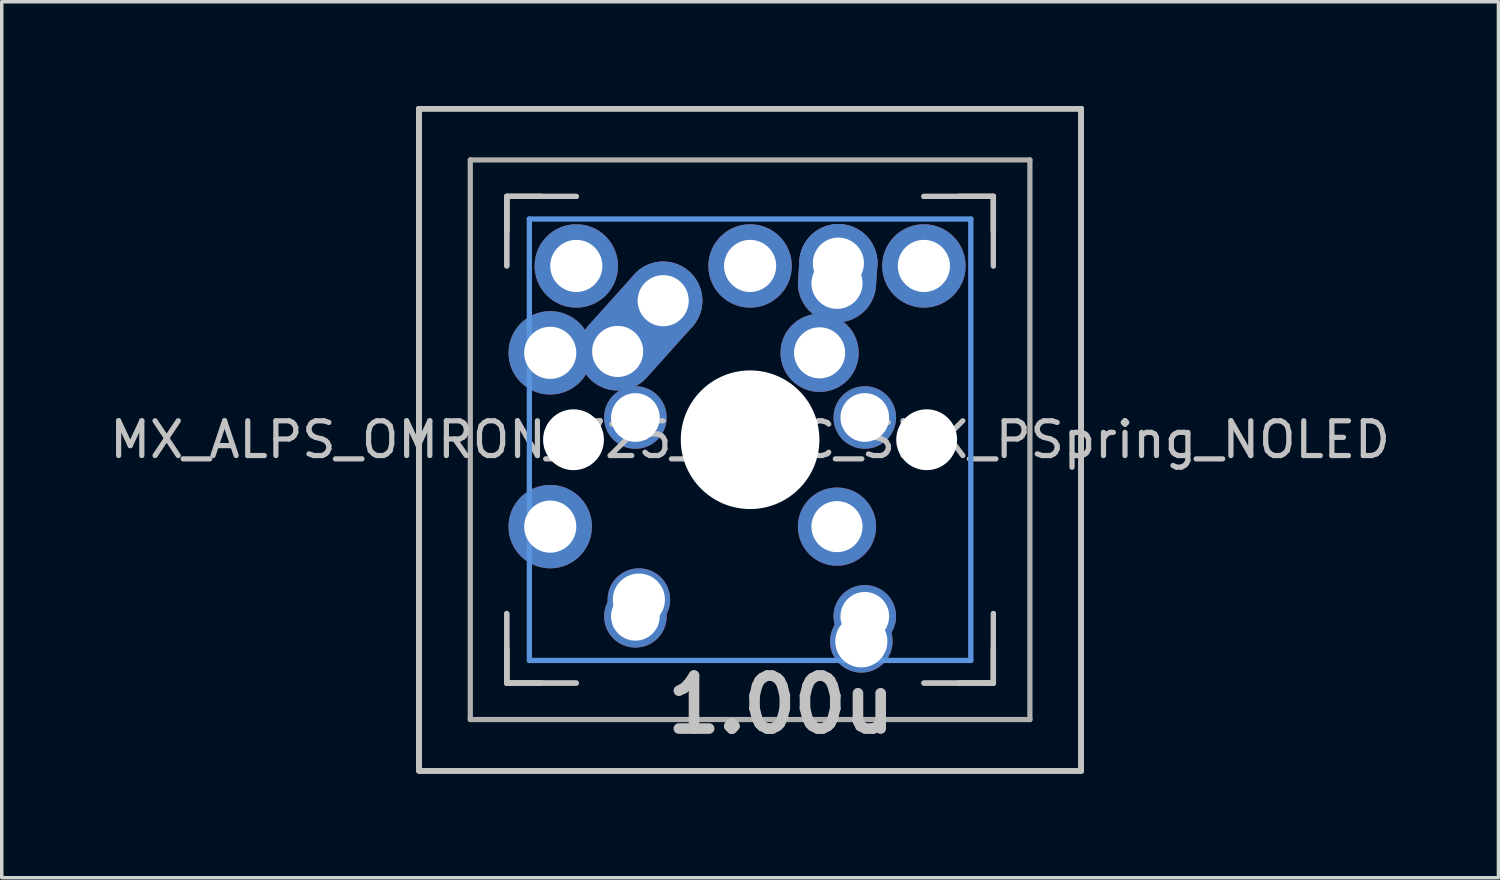
<source format=kicad_pcb>
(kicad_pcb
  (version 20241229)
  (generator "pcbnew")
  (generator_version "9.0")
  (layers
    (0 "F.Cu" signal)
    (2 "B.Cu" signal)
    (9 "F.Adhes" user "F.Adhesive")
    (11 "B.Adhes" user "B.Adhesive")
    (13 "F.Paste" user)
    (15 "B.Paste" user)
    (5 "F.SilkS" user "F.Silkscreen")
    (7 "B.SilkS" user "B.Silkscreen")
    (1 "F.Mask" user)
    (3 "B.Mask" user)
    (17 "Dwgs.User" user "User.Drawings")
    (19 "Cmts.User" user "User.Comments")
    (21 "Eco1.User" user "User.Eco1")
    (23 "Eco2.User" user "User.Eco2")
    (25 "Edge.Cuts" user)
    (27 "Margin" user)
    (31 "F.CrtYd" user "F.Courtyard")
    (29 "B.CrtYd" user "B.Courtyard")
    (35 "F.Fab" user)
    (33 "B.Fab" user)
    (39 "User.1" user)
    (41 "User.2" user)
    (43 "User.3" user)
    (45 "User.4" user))
  (footprint "MX_ALPS_OMRON_725_SKCC_SMK_PSpring_NOLED"
    (layer "F.Cu")
    (at 18.53 9.601)
    (property "Reference" "MX_ALPS_OMRON_725_SKCC_SMK_PSpring_NOLED" (at 0 0 0) (layer "Dwgs.User") (effects (font (size 1 1) (thickness 0.15))))
    (fp_line (start -9.525 -9.525) (end -9.525 9.525) (stroke (width 0.15) (type solid)) (layer "F.SilkS"))
    (fp_line (start -9.525 9.525) (end 9.525 9.525) (stroke (width 0.15) (type solid)) (layer "F.SilkS"))
    (fp_line (start -7 -7) (end -7 -6) (stroke (width 0.15) (type solid)) (layer "F.SilkS"))
    (fp_line (start -7 6) (end -7 7) (stroke (width 0.15) (type solid)) (layer "F.SilkS"))
    (fp_line (start -7 7) (end -6 7) (stroke (width 0.15) (type solid)) (layer "F.SilkS"))
    (fp_line (start -6 -7) (end -7 -7) (stroke (width 0.15) (type solid)) (layer "F.SilkS"))
    (fp_line (start 0 1) (end 0 -1) (stroke (width 0.15) (type solid)) (layer "F.SilkS"))
    (fp_line (start 1 0) (end -1 0) (stroke (width 0.15) (type solid)) (layer "F.SilkS"))
    (fp_line (start 6 7) (end 7 7) (stroke (width 0.15) (type solid)) (layer "F.SilkS"))
    (fp_line (start 7 -7) (end 6 -7) (stroke (width 0.15) (type solid)) (layer "F.SilkS"))
    (fp_line (start 7 -6) (end 7 -7) (stroke (width 0.15) (type solid)) (layer "F.SilkS"))
    (fp_line (start 7 7) (end 7 6) (stroke (width 0.15) (type solid)) (layer "F.SilkS"))
    (fp_line (start 9.525 -9.525) (end -9.525 -9.525) (stroke (width 0.15) (type solid)) (layer "F.SilkS"))
    (fp_line (start 9.525 9.525) (end 9.525 -9.525) (stroke (width 0.15) (type solid)) (layer "F.SilkS"))
    (fp_line (start -7 -7) (end -7 -6) (stroke (width 0.15) (type solid)) (layer "B.SilkS"))
    (fp_line (start -7 6) (end -7 7) (stroke (width 0.15) (type solid)) (layer "B.SilkS"))
    (fp_line (start -7 7) (end -6 7) (stroke (width 0.15) (type solid)) (layer "B.SilkS"))
    (fp_line (start -6 -7) (end -7 -7) (stroke (width 0.15) (type solid)) (layer "B.SilkS"))
    (fp_line (start 0 -1) (end 0 1) (stroke (width 0.15) (type solid)) (layer "B.SilkS"))
    (fp_line (start 1 0) (end -1 0) (stroke (width 0.15) (type solid)) (layer "B.SilkS"))
    (fp_line (start 6 7) (end 7 7) (stroke (width 0.15) (type solid)) (layer "B.SilkS"))
    (fp_line (start 7 -7) (end 6 -7) (stroke (width 0.15) (type solid)) (layer "B.SilkS"))
    (fp_line (start 7 -6) (end 7 -7) (stroke (width 0.15) (type solid)) (layer "B.SilkS"))
    (fp_line (start 7 7) (end 7 6) (stroke (width 0.15) (type solid)) (layer "B.SilkS"))
    (fp_line (start -9.525 -9.525) (end -9.525 9.525) (stroke (width 0.15) (type solid)) (layer "Dwgs.User"))
    (fp_line (start -9.525 -9.525) (end 9.525 -9.525) (stroke (width 0.15) (type solid)) (layer "Dwgs.User"))
    (fp_line (start -9.525 -9.525) (end 9.525 -9.525) (stroke (width 0.15) (type solid)) (layer "Dwgs.User"))
    (fp_line (start -9.525 -9.525) (end 9.525 -9.525) (stroke (width 0.15) (type solid)) (layer "Dwgs.User"))
    (fp_line (start -9.525 -9.525) (end 9.525 -9.525) (stroke (width 0.152) (type solid)) (layer "Dwgs.User"))
    (fp_line (start -9.525 9.525) (end -9.525 -9.525) (stroke (width 0.15) (type solid)) (layer "Dwgs.User"))
    (fp_line (start -9.525 9.525) (end -9.525 -9.525) (stroke (width 0.15) (type solid)) (layer "Dwgs.User"))
    (fp_line (start -9.525 9.525) (end -9.525 -9.525) (stroke (width 0.152) (type solid)) (layer "Dwgs.User"))
    (fp_line (start -7 -7) (end -7 -5) (stroke (width 0.15) (type solid)) (layer "Dwgs.User"))
    (fp_line (start -7 -7) (end -7 -5) (stroke (width 0.15) (type solid)) (layer "Dwgs.User"))
    (fp_line (start -7 5) (end -7 7) (stroke (width 0.15) (type solid)) (layer "Dwgs.User"))
    (fp_line (start -7 5) (end -7 7) (stroke (width 0.15) (type solid)) (layer "Dwgs.User"))
    (fp_line (start -7 7) (end -5 7) (stroke (width 0.15) (type solid)) (layer "Dwgs.User"))
    (fp_line (start -7 7) (end -5 7) (stroke (width 0.15) (type solid)) (layer "Dwgs.User"))
    (fp_line (start -5 -7) (end -7 -7) (stroke (width 0.15) (type solid)) (layer "Dwgs.User"))
    (fp_line (start -5 -7) (end -7 -7) (stroke (width 0.15) (type solid)) (layer "Dwgs.User"))
    (fp_line (start 5 -7) (end 7 -7) (stroke (width 0.15) (type solid)) (layer "Dwgs.User"))
    (fp_line (start 5 7) (end 7 7) (stroke (width 0.15) (type solid)) (layer "Dwgs.User"))
    (fp_line (start 7 -7) (end 5 -7) (stroke (width 0.15) (type solid)) (layer "Dwgs.User"))
    (fp_line (start 7 -7) (end 7 -5) (stroke (width 0.15) (type solid)) (layer "Dwgs.User"))
    (fp_line (start 7 -5) (end 7 -7) (stroke (width 0.15) (type solid)) (layer "Dwgs.User"))
    (fp_line (start 7 5) (end 7 7) (stroke (width 0.15) (type solid)) (layer "Dwgs.User"))
    (fp_line (start 7 7) (end 5 7) (stroke (width 0.15) (type solid)) (layer "Dwgs.User"))
    (fp_line (start 7 7) (end 7 5) (stroke (width 0.15) (type solid)) (layer "Dwgs.User"))
    (fp_line (start 9.525 -9.525) (end 9.525 9.525) (stroke (width 0.15) (type solid)) (layer "Dwgs.User"))
    (fp_line (start 9.525 -9.525) (end 9.525 9.525) (stroke (width 0.15) (type solid)) (layer "Dwgs.User"))
    (fp_line (start 9.525 -9.525) (end 9.525 9.525) (stroke (width 0.15) (type solid)) (layer "Dwgs.User"))
    (fp_line (start 9.525 9.525) (end -9.525 9.525) (stroke (width 0.15) (type solid)) (layer "Dwgs.User"))
    (fp_line (start 9.525 9.525) (end -9.525 9.525) (stroke (width 0.15) (type solid)) (layer "Dwgs.User"))
    (fp_line (start 9.525 9.525) (end -9.525 9.525) (stroke (width 0.15) (type solid)) (layer "Dwgs.User"))
    (fp_line (start 9.525 -9.525) (end 9.525 9.525) (stroke (width 0.152) (type solid)) (layer "Dwgs.User"))
    (fp_line (start 9.525 9.525) (end -9.525 9.525) (stroke (width 0.152) (type solid)) (layer "Dwgs.User"))
    (fp_line (start -6.35 -6.35) (end 6.35 -6.35) (stroke (width 0.152) (type solid)) (layer "Cmts.User"))
    (fp_line (start -6.35 6.35) (end -6.35 -6.35) (stroke (width 0.152) (type solid)) (layer "Cmts.User"))
    (fp_line (start 6.35 -6.35) (end 6.35 6.35) (stroke (width 0.152) (type solid)) (layer "Cmts.User"))
    (fp_line (start 6.35 6.35) (end -6.35 6.35) (stroke (width 0.152) (type solid)) (layer "Cmts.User"))
    (fp_line (start -8.05 -8.05) (end -8.05 8.05) (stroke (width 0.15) (type solid)) (layer "F.Fab"))
    (fp_line (start -8.05 8.05) (end 8.05 8.05) (stroke (width 0.15) (type solid)) (layer "F.Fab"))
    (fp_line (start 8.05 -8.05) (end -8.05 -8.05) (stroke (width 0.15) (type solid)) (layer "F.Fab"))
    (fp_line (start 8.05 8.05) (end 8.05 -8.05) (stroke (width 0.15) (type solid)) (layer "F.Fab"))
    (fp_text user "1.00u" (at -2.54 7.62 0) (unlocked yes) (layer "Dwgs.User") (effects (font (size 1.524 1.524) (thickness 0.305)) (justify left)))
    (pad "" np_thru_hole circle (at -5.08 0 48.1) (size 1.75 1.75) (drill 1.75) (layers "*.Cu" "*.Mask"))
    (pad "" np_thru_hole circle (at 0 0) (size 3.988 3.988) (drill 3.988) (layers "*.Cu" "*.Mask"))
    (pad "" np_thru_hole circle (at 5.08 0 48.1) (size 1.75 1.75) (drill 1.75) (layers "*.Cu" "*.Mask"))
    (pad "1" thru_hole circle (at -5.75 -2.5 180) (size 2.4 2.4) (drill 1.5) (layers "*.Cu" "*.Mask"))
    (pad "1" thru_hole circle (at -5 -5 180) (size 2.4 2.4) (drill 1.5) (layers "*.Cu" "*.Mask"))
    (pad "1" thru_hole oval (at -3.81 -2.54 48.1) (size 4.212 2.25) (drill 1.47 (offset 0.981 0)) (layers "*.Cu" "B.Mask"))
    (pad "1" thru_hole circle (at -3.3 -0.64) (size 1.8 1.8) (drill 1.4) (layers "*.Cu" "*.Mask"))
    (pad "1" thru_hole circle (at -3.3 5.08) (size 1.8 1.8) (drill 1.4) (layers "*.Cu" "*.Mask"))
    (pad "1" thru_hole circle (at -3.2 4.6 180) (size 1.8 1.8) (drill 1.5) (layers "*.Cu" "*.Mask"))
    (pad "1" thru_hole circle (at -2.5 -4) (size 2.25 2.25) (drill 1.47) (layers "*.Cu" "B.Mask"))
    (pad "1" thru_hole circle (at 2.5 2.5 270) (size 2.25 2.25) (drill 1.47) (layers "*.Cu" "*.Mask"))
    (pad "1" thru_hole circle (at 5 -5 180) (size 2.4 2.4) (drill 1.5) (layers "*.Cu" "*.Mask"))
    (pad "2" thru_hole circle (at -5.75 2.5 180) (size 2.4 2.4) (drill oval 1.5) (layers "*.Cu" "*.Mask"))
    (pad "2" thru_hole circle (at 0.00004 -5 180) (size 2.4 2.4) (drill oval 1.5) (layers "*.Cu" "*.Mask"))
    (pad "2" thru_hole circle (at 2 -2.5 270) (size 2.25 2.25) (drill 1.47) (layers "*.Cu" "*.Mask"))
    (pad "2" thru_hole oval (at 2.5 -4.5 86.055) (size 2.831 2.25) (drill 1.47 (offset 0.291 0)) (layers "*.Cu" "B.Mask"))
    (pad "2" thru_hole circle (at 2.54 -5.08) (size 2.25 2.25) (drill 1.47) (layers "*.Cu" "B.Mask"))
    (pad "2" thru_hole circle (at 3.2 5.8 180) (size 1.8 1.8) (drill 1.5) (layers "*.Cu" "*.Mask"))
    (pad "2" thru_hole circle (at 3.3 -0.64) (size 1.8 1.8) (drill 1.4) (layers "*.Cu" "*.Mask"))
    (pad "2" thru_hole circle (at 3.3 5.08) (size 1.8 1.8) (drill 1.4) (layers "*.Cu" "*.Mask")))
  (gr_rect
    (start -3 -3)
    (end 40.06 22.202)
    (stroke (width 0.1) (type default))
    (fill no)
    (layer "Edge.Cuts")))
</source>
